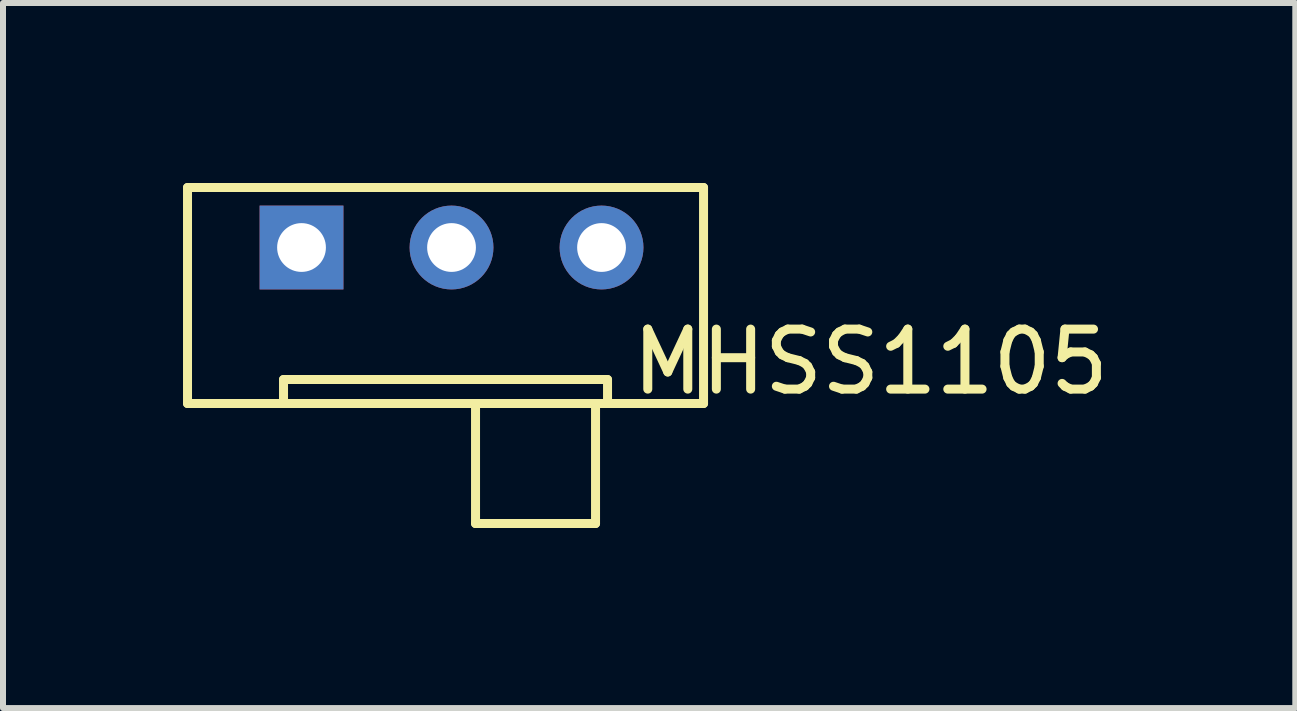
<source format=kicad_pcb>
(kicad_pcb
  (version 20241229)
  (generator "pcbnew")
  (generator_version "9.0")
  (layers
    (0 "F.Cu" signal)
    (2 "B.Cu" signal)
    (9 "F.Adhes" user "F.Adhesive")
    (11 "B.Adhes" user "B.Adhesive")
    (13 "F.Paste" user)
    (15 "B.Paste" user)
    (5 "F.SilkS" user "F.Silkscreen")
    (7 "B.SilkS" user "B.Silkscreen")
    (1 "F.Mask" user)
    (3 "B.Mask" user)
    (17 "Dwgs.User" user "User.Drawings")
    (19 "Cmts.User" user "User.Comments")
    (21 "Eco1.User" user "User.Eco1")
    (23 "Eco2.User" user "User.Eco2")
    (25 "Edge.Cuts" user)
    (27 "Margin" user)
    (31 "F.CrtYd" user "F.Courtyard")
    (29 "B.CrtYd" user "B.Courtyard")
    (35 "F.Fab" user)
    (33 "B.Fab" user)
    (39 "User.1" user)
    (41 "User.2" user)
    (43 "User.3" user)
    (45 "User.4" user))
  (footprint "MHSS1105"
    (layer "F.Cu")
    (at 4.475 1.075)
    (property "Reference" "MHSS1105" (at 6.985 1.905 0) (layer "F.SilkS") (effects (font (size 1 1) (thickness 0.15))))
    (attr through_hole)
    (fp_line (start -4.4 -1) (end -4.4 2.6) (stroke (width 0.15) (type solid)) (layer "F.SilkS"))
    (fp_line (start -4.4 -1) (end 4.2 -1) (stroke (width 0.15) (type solid)) (layer "F.SilkS"))
    (fp_line (start -4.4 2.6) (end 4.2 2.6) (stroke (width 0.15) (type solid)) (layer "F.SilkS"))
    (fp_line (start -2.8 2.2) (end 2.5 2.2) (stroke (width 0.15) (type solid)) (layer "F.SilkS"))
    (fp_line (start -2.8 2.6) (end -2.8 2.2) (stroke (width 0.15) (type solid)) (layer "F.SilkS"))
    (fp_line (start 0.4 4.6) (end 0.4 2.6) (stroke (width 0.15) (type solid)) (layer "F.SilkS"))
    (fp_line (start 2.4 2.6) (end 2.4 4.6) (stroke (width 0.15) (type solid)) (layer "F.SilkS"))
    (fp_line (start 2.4 4.6) (end 0.4 4.6) (stroke (width 0.15) (type solid)) (layer "F.SilkS"))
    (fp_line (start 2.5 2.2) (end 2.6 2.2) (stroke (width 0.15) (type solid)) (layer "F.SilkS"))
    (fp_line (start 2.6 2.2) (end 2.6 2.6) (stroke (width 0.15) (type solid)) (layer "F.SilkS"))
    (fp_line (start 4.2 -1) (end 4.2 2.6) (stroke (width 0.15) (type solid)) (layer "F.SilkS"))
    (pad "1" thru_hole rect (at -2.5 0) (size 1.397 1.397) (drill 0.813) (layers "*.Cu" "*.Mask"))
    (pad "2" thru_hole circle (at 0 0) (size 1.397 1.397) (drill 0.813) (layers "*.Cu" "*.Mask"))
    (pad "3" thru_hole circle (at 2.5 0) (size 1.397 1.397) (drill 0.813) (layers "*.Cu" "*.Mask")))
  (gr_rect
    (start -3 -3)
    (end 18.537 8.75)
    (stroke (width 0.1) (type default))
    (fill no)
    (layer "Edge.Cuts")))
</source>
